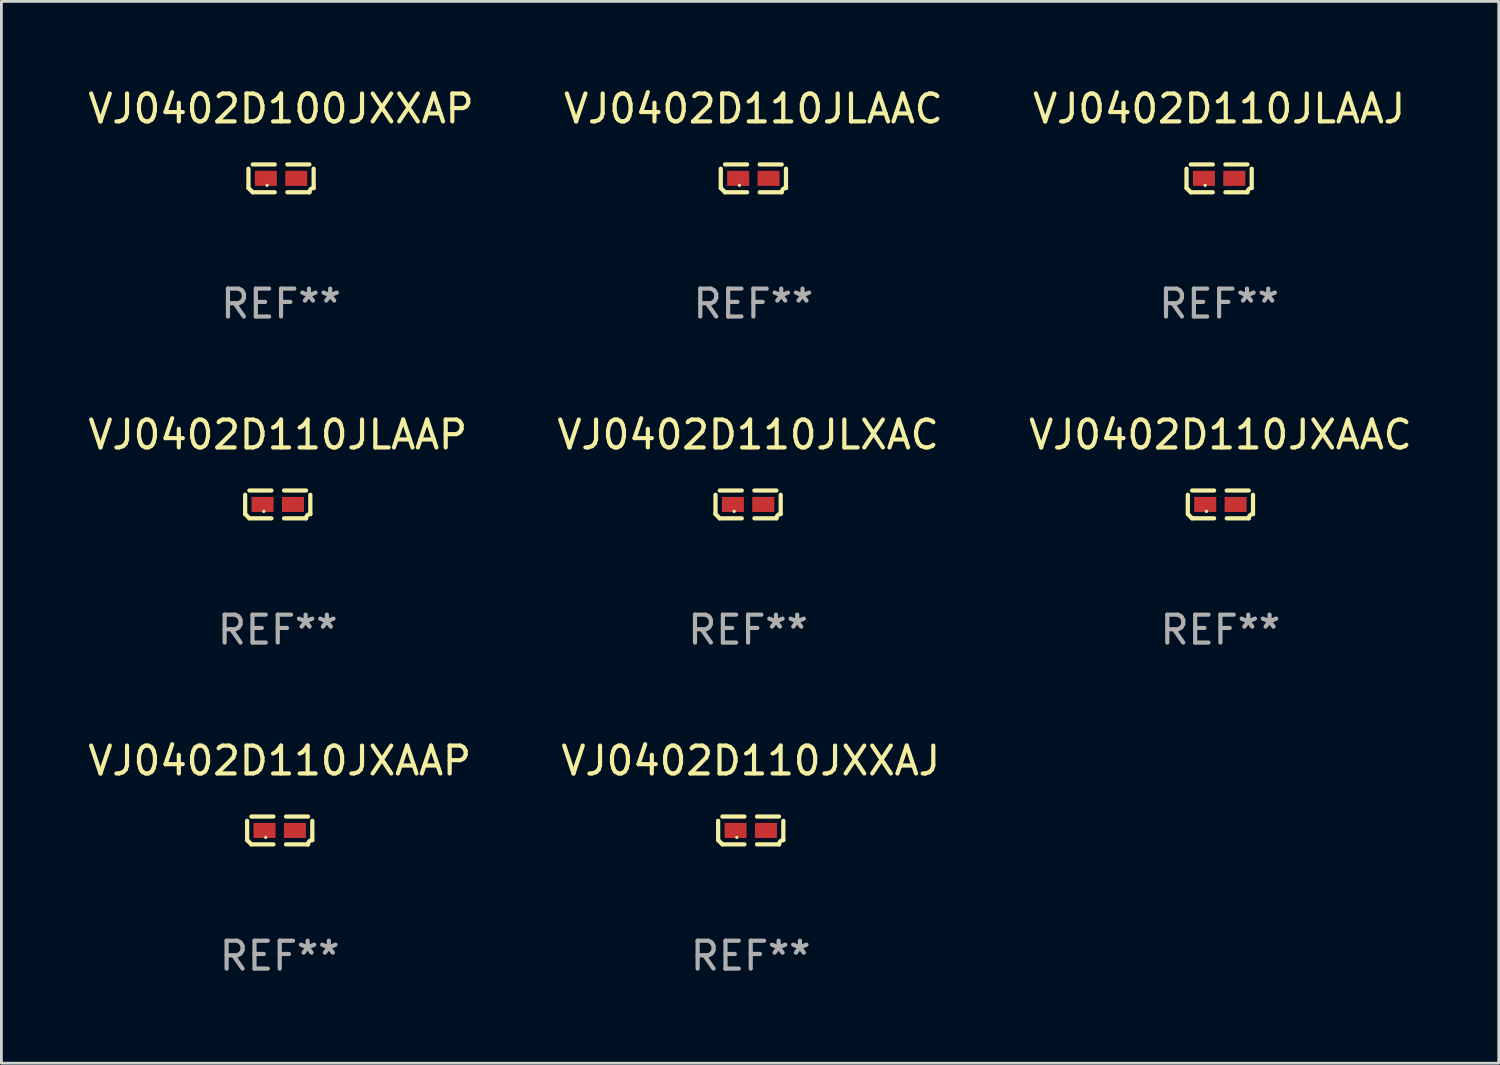
<source format=kicad_pcb>
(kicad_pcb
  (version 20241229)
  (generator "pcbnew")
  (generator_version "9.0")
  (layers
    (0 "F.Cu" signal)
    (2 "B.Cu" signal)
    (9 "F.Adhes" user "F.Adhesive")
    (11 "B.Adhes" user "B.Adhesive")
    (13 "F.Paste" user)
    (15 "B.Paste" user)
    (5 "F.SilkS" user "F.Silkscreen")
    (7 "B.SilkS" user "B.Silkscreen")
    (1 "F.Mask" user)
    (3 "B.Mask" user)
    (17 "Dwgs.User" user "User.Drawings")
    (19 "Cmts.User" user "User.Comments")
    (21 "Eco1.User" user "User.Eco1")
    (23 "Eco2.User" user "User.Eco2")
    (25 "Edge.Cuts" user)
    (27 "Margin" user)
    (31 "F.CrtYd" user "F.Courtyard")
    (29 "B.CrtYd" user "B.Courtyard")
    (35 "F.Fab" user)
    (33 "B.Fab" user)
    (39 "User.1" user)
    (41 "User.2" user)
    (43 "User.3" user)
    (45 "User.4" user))
  (footprint "VJ0402D110JLAAJ"
    (layer "F.Cu")
    (at 40.673 3.347)
    (property "Reference" "VJ0402D110JLAAJ" (at 0 -2.499 0) (layer "F.SilkS") (effects (font (size 1 1) (thickness 0.15))))
    (attr through_hole)
    (fp_line (start -1.169 0.346) (end -1.169 -0.346) (stroke (width 0.152) (type solid)) (layer "F.SilkS"))
    (fp_line (start -1.016 -0.499) (end -0.226 -0.499) (stroke (width 0.152) (type solid)) (layer "F.SilkS"))
    (fp_line (start -0.226 0.499) (end -1.016 0.499) (stroke (width 0.152) (type solid)) (layer "F.SilkS"))
    (fp_line (start 0.226 0.499) (end 1.016 0.499) (stroke (width 0.152) (type solid)) (layer "F.SilkS"))
    (fp_line (start 1.016 -0.499) (end 0.226 -0.499) (stroke (width 0.152) (type solid)) (layer "F.SilkS"))
    (fp_line (start 1.169 0.346) (end 1.169 -0.346) (stroke (width 0.152) (type solid)) (layer "F.SilkS"))
    (fp_arc (start -1.016307 0.498603) (mid -1.092512 0.422405) (end -1.16871 0.3462) (stroke (width 0.1524) (type solid)) (layer "F.SilkS"))
    (fp_arc (start 1.016307 0.498603) (mid 1.060899 0.390758) (end 1.168707 0.346076) (stroke (width 0.1524) (type solid)) (layer "F.SilkS"))
    (fp_circle (center -0.5 0.25) (end -0.47 0.25) (stroke (width 0.06) (type solid)) (fill no) (layer "F.SilkS"))
    (fp_text user "REF**" (at 0 4.499 0) (layer "F.Fab") (effects (font (size 1 1) (thickness 0.15))))
    (pad "1" smd rect (at -0.545 0) (size 0.79 0.54) (layers "F.Cu" "F.Mask" "F.Paste"))
    (pad "2" smd rect (at 0.545 0) (size 0.79 0.54) (layers "F.Cu" "F.Mask" "F.Paste")))
  (footprint "VJ0402D110JXAAC"
    (layer "F.Cu")
    (at 40.72 15.041)
    (property "Reference" "VJ0402D110JXAAC" (at 0 -2.499 0) (layer "F.SilkS") (effects (font (size 1 1) (thickness 0.15))))
    (attr through_hole)
    (fp_line (start -1.169 0.346) (end -1.169 -0.346) (stroke (width 0.152) (type solid)) (layer "F.SilkS"))
    (fp_line (start -1.016 -0.499) (end -0.226 -0.499) (stroke (width 0.152) (type solid)) (layer "F.SilkS"))
    (fp_line (start -0.226 0.499) (end -1.016 0.499) (stroke (width 0.152) (type solid)) (layer "F.SilkS"))
    (fp_line (start 0.226 0.499) (end 1.016 0.499) (stroke (width 0.152) (type solid)) (layer "F.SilkS"))
    (fp_line (start 1.016 -0.499) (end 0.226 -0.499) (stroke (width 0.152) (type solid)) (layer "F.SilkS"))
    (fp_line (start 1.169 0.346) (end 1.169 -0.346) (stroke (width 0.152) (type solid)) (layer "F.SilkS"))
    (fp_arc (start -1.016307 0.498603) (mid -1.092512 0.422405) (end -1.16871 0.3462) (stroke (width 0.1524) (type solid)) (layer "F.SilkS"))
    (fp_arc (start 1.016307 0.498603) (mid 1.060899 0.390758) (end 1.168707 0.346076) (stroke (width 0.1524) (type solid)) (layer "F.SilkS"))
    (fp_circle (center -0.5 0.25) (end -0.47 0.25) (stroke (width 0.06) (type solid)) (fill no) (layer "F.SilkS"))
    (fp_text user "REF**" (at 0 4.499 0) (layer "F.Fab") (effects (font (size 1 1) (thickness 0.15))))
    (pad "1" smd rect (at -0.545 0) (size 0.79 0.54) (layers "F.Cu" "F.Mask" "F.Paste"))
    (pad "2" smd rect (at 0.545 0) (size 0.79 0.54) (layers "F.Cu" "F.Mask" "F.Paste")))
  (footprint "VJ0402D110JXAAP"
    (layer "F.Cu")
    (at 6.982 26.734)
    (property "Reference" "VJ0402D110JXAAP" (at 0 -2.499 0) (layer "F.SilkS") (effects (font (size 1 1) (thickness 0.15))))
    (attr through_hole)
    (fp_line (start -1.169 0.346) (end -1.169 -0.346) (stroke (width 0.152) (type solid)) (layer "F.SilkS"))
    (fp_line (start -1.016 -0.499) (end -0.226 -0.499) (stroke (width 0.152) (type solid)) (layer "F.SilkS"))
    (fp_line (start -0.226 0.499) (end -1.016 0.499) (stroke (width 0.152) (type solid)) (layer "F.SilkS"))
    (fp_line (start 0.226 0.499) (end 1.016 0.499) (stroke (width 0.152) (type solid)) (layer "F.SilkS"))
    (fp_line (start 1.016 -0.499) (end 0.226 -0.499) (stroke (width 0.152) (type solid)) (layer "F.SilkS"))
    (fp_line (start 1.169 0.346) (end 1.169 -0.346) (stroke (width 0.152) (type solid)) (layer "F.SilkS"))
    (fp_arc (start -1.016307 0.498603) (mid -1.092512 0.422405) (end -1.16871 0.3462) (stroke (width 0.1524) (type solid)) (layer "F.SilkS"))
    (fp_arc (start 1.016307 0.498603) (mid 1.060899 0.390758) (end 1.168707 0.346076) (stroke (width 0.1524) (type solid)) (layer "F.SilkS"))
    (fp_circle (center -0.5 0.25) (end -0.47 0.25) (stroke (width 0.06) (type solid)) (fill no) (layer "F.SilkS"))
    (fp_text user "REF**" (at 0 4.499 0) (layer "F.Fab") (effects (font (size 1 1) (thickness 0.15))))
    (pad "1" smd rect (at -0.545 0) (size 0.79 0.54) (layers "F.Cu" "F.Mask" "F.Paste"))
    (pad "2" smd rect (at 0.545 0) (size 0.79 0.54) (layers "F.Cu" "F.Mask" "F.Paste")))
  (footprint "VJ0402D100JXXAP"
    (layer "F.Cu")
    (at 7.03 3.347)
    (property "Reference" "VJ0402D100JXXAP" (at 0 -2.499 0) (layer "F.SilkS") (effects (font (size 1 1) (thickness 0.15))))
    (attr through_hole)
    (fp_line (start -1.169 0.346) (end -1.169 -0.346) (stroke (width 0.152) (type solid)) (layer "F.SilkS"))
    (fp_line (start -1.016 -0.499) (end -0.226 -0.499) (stroke (width 0.152) (type solid)) (layer "F.SilkS"))
    (fp_line (start -0.226 0.499) (end -1.016 0.499) (stroke (width 0.152) (type solid)) (layer "F.SilkS"))
    (fp_line (start 0.226 0.499) (end 1.016 0.499) (stroke (width 0.152) (type solid)) (layer "F.SilkS"))
    (fp_line (start 1.016 -0.499) (end 0.226 -0.499) (stroke (width 0.152) (type solid)) (layer "F.SilkS"))
    (fp_line (start 1.169 0.346) (end 1.169 -0.346) (stroke (width 0.152) (type solid)) (layer "F.SilkS"))
    (fp_arc (start -1.016307 0.498603) (mid -1.092512 0.422405) (end -1.16871 0.3462) (stroke (width 0.1524) (type solid)) (layer "F.SilkS"))
    (fp_arc (start 1.016307 0.498603) (mid 1.060899 0.390758) (end 1.168707 0.346076) (stroke (width 0.1524) (type solid)) (layer "F.SilkS"))
    (fp_circle (center -0.5 0.25) (end -0.47 0.25) (stroke (width 0.06) (type solid)) (fill no) (layer "F.SilkS"))
    (fp_text user "REF**" (at 0 4.499 0) (layer "F.Fab") (effects (font (size 1 1) (thickness 0.15))))
    (pad "1" smd rect (at -0.545 0) (size 0.79 0.54) (layers "F.Cu" "F.Mask" "F.Paste"))
    (pad "2" smd rect (at 0.545 0) (size 0.79 0.54) (layers "F.Cu" "F.Mask" "F.Paste")))
  (footprint "VJ0402D110JLAAP"
    (layer "F.Cu")
    (at 6.911 15.041)
    (property "Reference" "VJ0402D110JLAAP" (at 0 -2.499 0) (layer "F.SilkS") (effects (font (size 1 1) (thickness 0.15))))
    (attr through_hole)
    (fp_line (start -1.169 0.346) (end -1.169 -0.346) (stroke (width 0.152) (type solid)) (layer "F.SilkS"))
    (fp_line (start -1.016 -0.499) (end -0.226 -0.499) (stroke (width 0.152) (type solid)) (layer "F.SilkS"))
    (fp_line (start -0.226 0.499) (end -1.016 0.499) (stroke (width 0.152) (type solid)) (layer "F.SilkS"))
    (fp_line (start 0.226 0.499) (end 1.016 0.499) (stroke (width 0.152) (type solid)) (layer "F.SilkS"))
    (fp_line (start 1.016 -0.499) (end 0.226 -0.499) (stroke (width 0.152) (type solid)) (layer "F.SilkS"))
    (fp_line (start 1.169 0.346) (end 1.169 -0.346) (stroke (width 0.152) (type solid)) (layer "F.SilkS"))
    (fp_arc (start -1.016307 0.498603) (mid -1.092512 0.422405) (end -1.16871 0.3462) (stroke (width 0.1524) (type solid)) (layer "F.SilkS"))
    (fp_arc (start 1.016307 0.498603) (mid 1.060899 0.390758) (end 1.168707 0.346076) (stroke (width 0.1524) (type solid)) (layer "F.SilkS"))
    (fp_circle (center -0.5 0.25) (end -0.47 0.25) (stroke (width 0.06) (type solid)) (fill no) (layer "F.SilkS"))
    (fp_text user "REF**" (at 0 4.499 0) (layer "F.Fab") (effects (font (size 1 1) (thickness 0.15))))
    (pad "1" smd rect (at -0.545 0) (size 0.79 0.54) (layers "F.Cu" "F.Mask" "F.Paste"))
    (pad "2" smd rect (at 0.545 0) (size 0.79 0.54) (layers "F.Cu" "F.Mask" "F.Paste")))
  (footprint "VJ0402D110JLAAC"
    (layer "F.Cu")
    (at 23.97 3.347)
    (property "Reference" "VJ0402D110JLAAC" (at 0 -2.499 0) (layer "F.SilkS") (effects (font (size 1 1) (thickness 0.15))))
    (attr through_hole)
    (fp_line (start -1.169 0.346) (end -1.169 -0.346) (stroke (width 0.152) (type solid)) (layer "F.SilkS"))
    (fp_line (start -1.016 -0.499) (end -0.226 -0.499) (stroke (width 0.152) (type solid)) (layer "F.SilkS"))
    (fp_line (start -0.226 0.499) (end -1.016 0.499) (stroke (width 0.152) (type solid)) (layer "F.SilkS"))
    (fp_line (start 0.226 0.499) (end 1.016 0.499) (stroke (width 0.152) (type solid)) (layer "F.SilkS"))
    (fp_line (start 1.016 -0.499) (end 0.226 -0.499) (stroke (width 0.152) (type solid)) (layer "F.SilkS"))
    (fp_line (start 1.169 0.346) (end 1.169 -0.346) (stroke (width 0.152) (type solid)) (layer "F.SilkS"))
    (fp_arc (start -1.016307 0.498603) (mid -1.092512 0.422405) (end -1.16871 0.3462) (stroke (width 0.1524) (type solid)) (layer "F.SilkS"))
    (fp_arc (start 1.016307 0.498603) (mid 1.060899 0.390758) (end 1.168707 0.346076) (stroke (width 0.1524) (type solid)) (layer "F.SilkS"))
    (fp_circle (center -0.5 0.25) (end -0.47 0.25) (stroke (width 0.06) (type solid)) (fill no) (layer "F.SilkS"))
    (fp_text user "REF**" (at 0 4.499 0) (layer "F.Fab") (effects (font (size 1 1) (thickness 0.15))))
    (pad "1" smd rect (at -0.545 0) (size 0.79 0.54) (layers "F.Cu" "F.Mask" "F.Paste"))
    (pad "2" smd rect (at 0.545 0) (size 0.79 0.54) (layers "F.Cu" "F.Mask" "F.Paste")))
  (footprint "VJ0402D110JXXAJ"
    (layer "F.Cu")
    (at 23.875 26.734)
    (property "Reference" "VJ0402D110JXXAJ" (at 0 -2.499 0) (layer "F.SilkS") (effects (font (size 1 1) (thickness 0.15))))
    (attr through_hole)
    (fp_line (start -1.169 0.346) (end -1.169 -0.346) (stroke (width 0.152) (type solid)) (layer "F.SilkS"))
    (fp_line (start -1.016 -0.499) (end -0.226 -0.499) (stroke (width 0.152) (type solid)) (layer "F.SilkS"))
    (fp_line (start -0.226 0.499) (end -1.016 0.499) (stroke (width 0.152) (type solid)) (layer "F.SilkS"))
    (fp_line (start 0.226 0.499) (end 1.016 0.499) (stroke (width 0.152) (type solid)) (layer "F.SilkS"))
    (fp_line (start 1.016 -0.499) (end 0.226 -0.499) (stroke (width 0.152) (type solid)) (layer "F.SilkS"))
    (fp_line (start 1.169 0.346) (end 1.169 -0.346) (stroke (width 0.152) (type solid)) (layer "F.SilkS"))
    (fp_arc (start -1.016307 0.498603) (mid -1.092512 0.422405) (end -1.16871 0.3462) (stroke (width 0.1524) (type solid)) (layer "F.SilkS"))
    (fp_arc (start 1.016307 0.498603) (mid 1.060899 0.390758) (end 1.168707 0.346076) (stroke (width 0.1524) (type solid)) (layer "F.SilkS"))
    (fp_circle (center -0.5 0.25) (end -0.47 0.25) (stroke (width 0.06) (type solid)) (fill no) (layer "F.SilkS"))
    (fp_text user "REF**" (at 0 4.499 0) (layer "F.Fab") (effects (font (size 1 1) (thickness 0.15))))
    (pad "1" smd rect (at -0.545 0) (size 0.79 0.54) (layers "F.Cu" "F.Mask" "F.Paste"))
    (pad "2" smd rect (at 0.545 0) (size 0.79 0.54) (layers "F.Cu" "F.Mask" "F.Paste")))
  (footprint "VJ0402D110JLXAC"
    (layer "F.Cu")
    (at 23.78 15.041)
    (property "Reference" "VJ0402D110JLXAC" (at 0 -2.499 0) (layer "F.SilkS") (effects (font (size 1 1) (thickness 0.15))))
    (attr through_hole)
    (fp_line (start -1.169 0.346) (end -1.169 -0.346) (stroke (width 0.152) (type solid)) (layer "F.SilkS"))
    (fp_line (start -1.016 -0.499) (end -0.226 -0.499) (stroke (width 0.152) (type solid)) (layer "F.SilkS"))
    (fp_line (start -0.226 0.499) (end -1.016 0.499) (stroke (width 0.152) (type solid)) (layer "F.SilkS"))
    (fp_line (start 0.226 0.499) (end 1.016 0.499) (stroke (width 0.152) (type solid)) (layer "F.SilkS"))
    (fp_line (start 1.016 -0.499) (end 0.226 -0.499) (stroke (width 0.152) (type solid)) (layer "F.SilkS"))
    (fp_line (start 1.169 0.346) (end 1.169 -0.346) (stroke (width 0.152) (type solid)) (layer "F.SilkS"))
    (fp_arc (start -1.016307 0.498603) (mid -1.092512 0.422405) (end -1.16871 0.3462) (stroke (width 0.1524) (type solid)) (layer "F.SilkS"))
    (fp_arc (start 1.016307 0.498603) (mid 1.060899 0.390758) (end 1.168707 0.346076) (stroke (width 0.1524) (type solid)) (layer "F.SilkS"))
    (fp_circle (center -0.5 0.25) (end -0.47 0.25) (stroke (width 0.06) (type solid)) (fill no) (layer "F.SilkS"))
    (fp_text user "REF**" (at 0 4.499 0) (layer "F.Fab") (effects (font (size 1 1) (thickness 0.15))))
    (pad "1" smd rect (at -0.545 0) (size 0.79 0.54) (layers "F.Cu" "F.Mask" "F.Paste"))
    (pad "2" smd rect (at 0.545 0) (size 0.79 0.54) (layers "F.Cu" "F.Mask" "F.Paste")))
  (gr_rect
    (start -3 -3)
    (end 50.702 35.081)
    (stroke (width 0.1) (type default))
    (fill no)
    (layer "Edge.Cuts")))
</source>
